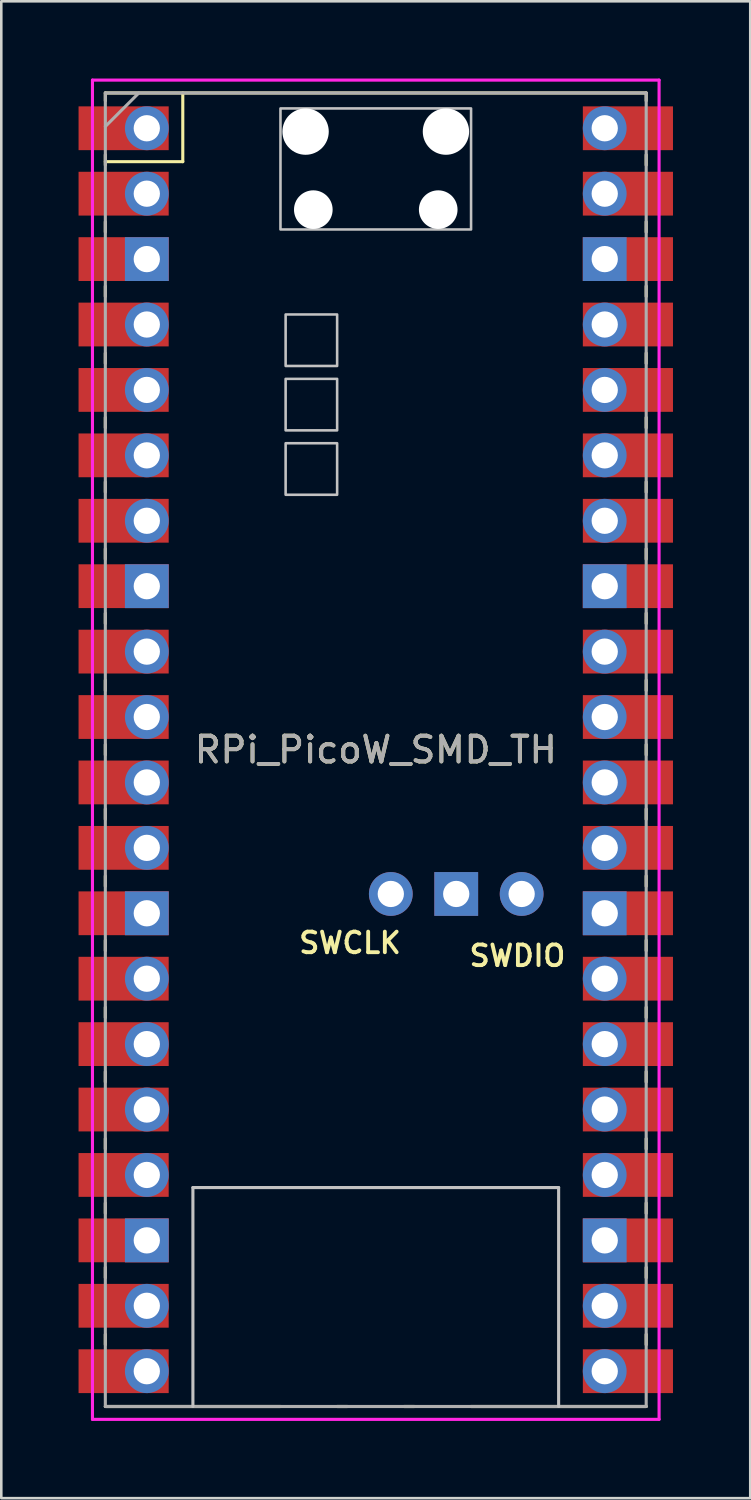
<source format=kicad_pcb>
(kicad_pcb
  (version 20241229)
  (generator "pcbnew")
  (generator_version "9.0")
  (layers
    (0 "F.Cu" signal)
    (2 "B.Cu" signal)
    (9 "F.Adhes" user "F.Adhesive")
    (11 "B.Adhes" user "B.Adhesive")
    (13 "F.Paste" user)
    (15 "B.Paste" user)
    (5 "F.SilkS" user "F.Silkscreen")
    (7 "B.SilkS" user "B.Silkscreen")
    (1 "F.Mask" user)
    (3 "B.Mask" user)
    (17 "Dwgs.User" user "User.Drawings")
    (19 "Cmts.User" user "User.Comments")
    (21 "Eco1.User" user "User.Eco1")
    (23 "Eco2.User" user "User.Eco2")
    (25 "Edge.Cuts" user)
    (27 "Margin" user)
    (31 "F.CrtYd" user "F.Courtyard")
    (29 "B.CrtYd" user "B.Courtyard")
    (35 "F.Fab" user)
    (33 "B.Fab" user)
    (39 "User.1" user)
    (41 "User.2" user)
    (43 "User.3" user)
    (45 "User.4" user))
  (footprint "RPi_PicoW_SMD_TH"
    (layer "F.Cu")
    (at 11.54 26.06)
    (property "Reference" "RPi_PicoW_SMD_TH" (at 0 0 0) (layer "F.SilkS") (effects (font (size 1 1) (thickness 0.15))))
    (attr through_hole)
    (fp_line (start -10.5 -25.5) (end -10.5 -25.2) (stroke (width 0.12) (type solid)) (layer "F.SilkS"))
    (fp_line (start -10.5 -25.5) (end 10.5 -25.5) (stroke (width 0.12) (type solid)) (layer "F.SilkS"))
    (fp_line (start -10.5 -23.1) (end -10.5 -22.7) (stroke (width 0.12) (type solid)) (layer "F.SilkS"))
    (fp_line (start -10.5 -22.833) (end -7.493 -22.833) (stroke (width 0.12) (type solid)) (layer "F.SilkS"))
    (fp_line (start -10.5 -20.5) (end -10.5 -20.1) (stroke (width 0.12) (type solid)) (layer "F.SilkS"))
    (fp_line (start -10.5 -18) (end -10.5 -17.6) (stroke (width 0.12) (type solid)) (layer "F.SilkS"))
    (fp_line (start -10.5 -15.4) (end -10.5 -15) (stroke (width 0.12) (type solid)) (layer "F.SilkS"))
    (fp_line (start -10.5 -12.9) (end -10.5 -12.5) (stroke (width 0.12) (type solid)) (layer "F.SilkS"))
    (fp_line (start -10.5 -10.4) (end -10.5 -10) (stroke (width 0.12) (type solid)) (layer "F.SilkS"))
    (fp_line (start -10.5 -7.8) (end -10.5 -7.4) (stroke (width 0.12) (type solid)) (layer "F.SilkS"))
    (fp_line (start -10.5 -5.3) (end -10.5 -4.9) (stroke (width 0.12) (type solid)) (layer "F.SilkS"))
    (fp_line (start -10.5 -2.7) (end -10.5 -2.3) (stroke (width 0.12) (type solid)) (layer "F.SilkS"))
    (fp_line (start -10.5 -0.2) (end -10.5 0.2) (stroke (width 0.12) (type solid)) (layer "F.SilkS"))
    (fp_line (start -10.5 2.3) (end -10.5 2.7) (stroke (width 0.12) (type solid)) (layer "F.SilkS"))
    (fp_line (start -10.5 4.9) (end -10.5 5.3) (stroke (width 0.12) (type solid)) (layer "F.SilkS"))
    (fp_line (start -10.5 7.4) (end -10.5 7.8) (stroke (width 0.12) (type solid)) (layer "F.SilkS"))
    (fp_line (start -10.5 10) (end -10.5 10.4) (stroke (width 0.12) (type solid)) (layer "F.SilkS"))
    (fp_line (start -10.5 12.5) (end -10.5 12.9) (stroke (width 0.12) (type solid)) (layer "F.SilkS"))
    (fp_line (start -10.5 15.1) (end -10.5 15.5) (stroke (width 0.12) (type solid)) (layer "F.SilkS"))
    (fp_line (start -10.5 17.6) (end -10.5 18) (stroke (width 0.12) (type solid)) (layer "F.SilkS"))
    (fp_line (start -10.5 20.1) (end -10.5 20.5) (stroke (width 0.12) (type solid)) (layer "F.SilkS"))
    (fp_line (start -10.5 22.7) (end -10.5 23.1) (stroke (width 0.12) (type solid)) (layer "F.SilkS"))
    (fp_line (start -7.493 -22.833) (end -7.493 -25.5) (stroke (width 0.12) (type solid)) (layer "F.SilkS"))
    (fp_line (start -3.7 25.5) (end -10.5 25.5) (stroke (width 0.12) (type solid)) (layer "F.SilkS"))
    (fp_line (start -1.5 25.5) (end -1.1 25.5) (stroke (width 0.12) (type solid)) (layer "F.SilkS"))
    (fp_line (start 1.1 25.5) (end 1.5 25.5) (stroke (width 0.12) (type solid)) (layer "F.SilkS"))
    (fp_line (start 10.5 -25.5) (end 10.5 -25.2) (stroke (width 0.12) (type solid)) (layer "F.SilkS"))
    (fp_line (start 10.5 -23.1) (end 10.5 -22.7) (stroke (width 0.12) (type solid)) (layer "F.SilkS"))
    (fp_line (start 10.5 -20.5) (end 10.5 -20.1) (stroke (width 0.12) (type solid)) (layer "F.SilkS"))
    (fp_line (start 10.5 -18) (end 10.5 -17.6) (stroke (width 0.12) (type solid)) (layer "F.SilkS"))
    (fp_line (start 10.5 -15.4) (end 10.5 -15) (stroke (width 0.12) (type solid)) (layer "F.SilkS"))
    (fp_line (start 10.5 -12.9) (end 10.5 -12.5) (stroke (width 0.12) (type solid)) (layer "F.SilkS"))
    (fp_line (start 10.5 -10.4) (end 10.5 -10) (stroke (width 0.12) (type solid)) (layer "F.SilkS"))
    (fp_line (start 10.5 -7.8) (end 10.5 -7.4) (stroke (width 0.12) (type solid)) (layer "F.SilkS"))
    (fp_line (start 10.5 -5.3) (end 10.5 -4.9) (stroke (width 0.12) (type solid)) (layer "F.SilkS"))
    (fp_line (start 10.5 -2.7) (end 10.5 -2.3) (stroke (width 0.12) (type solid)) (layer "F.SilkS"))
    (fp_line (start 10.5 -0.2) (end 10.5 0.2) (stroke (width 0.12) (type solid)) (layer "F.SilkS"))
    (fp_line (start 10.5 2.3) (end 10.5 2.7) (stroke (width 0.12) (type solid)) (layer "F.SilkS"))
    (fp_line (start 10.5 4.9) (end 10.5 5.3) (stroke (width 0.12) (type solid)) (layer "F.SilkS"))
    (fp_line (start 10.5 7.4) (end 10.5 7.8) (stroke (width 0.12) (type solid)) (layer "F.SilkS"))
    (fp_line (start 10.5 10) (end 10.5 10.4) (stroke (width 0.12) (type solid)) (layer "F.SilkS"))
    (fp_line (start 10.5 12.5) (end 10.5 12.9) (stroke (width 0.12) (type solid)) (layer "F.SilkS"))
    (fp_line (start 10.5 15.1) (end 10.5 15.5) (stroke (width 0.12) (type solid)) (layer "F.SilkS"))
    (fp_line (start 10.5 17.6) (end 10.5 18) (stroke (width 0.12) (type solid)) (layer "F.SilkS"))
    (fp_line (start 10.5 20.1) (end 10.5 20.5) (stroke (width 0.12) (type solid)) (layer "F.SilkS"))
    (fp_line (start 10.5 22.7) (end 10.5 23.1) (stroke (width 0.12) (type solid)) (layer "F.SilkS"))
    (fp_line (start 10.5 25.5) (end 3.7 25.5) (stroke (width 0.12) (type solid)) (layer "F.SilkS"))
    (fp_line (start -7.1 17) (end 7.1 17) (stroke (width 0.12) (type solid)) (layer "Dwgs.User"))
    (fp_line (start -7.1 25.5) (end -7.1 17) (stroke (width 0.12) (type solid)) (layer "Dwgs.User"))
    (fp_line (start 7.1 17) (end 7.1 25.5) (stroke (width 0.12) (type solid)) (layer "Dwgs.User"))
    (fp_poly (pts (xy -1.5 -14.9) (xy -3.5 -14.9) (xy -3.5 -16.9) (xy -1.5 -16.9)) (stroke (width 0.1) (type solid)) (fill no) (layer "Dwgs.User"))
    (fp_poly (pts (xy -1.5 -12.4) (xy -3.5 -12.4) (xy -3.5 -14.4) (xy -1.5 -14.4)) (stroke (width 0.1) (type solid)) (fill no) (layer "Dwgs.User"))
    (fp_poly (pts (xy -1.5 -9.9) (xy -3.5 -9.9) (xy -3.5 -11.9) (xy -1.5 -11.9)) (stroke (width 0.1) (type solid)) (fill no) (layer "Dwgs.User"))
    (fp_poly (pts (xy 3.7 -20.2) (xy -3.7 -20.2) (xy -3.7 -24.9) (xy 3.7 -24.9)) (stroke (width 0.1) (type solid)) (fill no) (layer "Dwgs.User"))
    (fp_line (start -11 -26) (end 11 -26) (stroke (width 0.12) (type solid)) (layer "F.CrtYd"))
    (fp_line (start -11 26) (end -11 -26) (stroke (width 0.12) (type solid)) (layer "F.CrtYd"))
    (fp_line (start 11 -26) (end 11 26) (stroke (width 0.12) (type solid)) (layer "F.CrtYd"))
    (fp_line (start 11 26) (end -11 26) (stroke (width 0.12) (type solid)) (layer "F.CrtYd"))
    (fp_line (start -10.5 -25.5) (end 10.5 -25.5) (stroke (width 0.12) (type solid)) (layer "F.Fab"))
    (fp_line (start -10.5 -24.2) (end -9.2 -25.5) (stroke (width 0.12) (type solid)) (layer "F.Fab"))
    (fp_line (start -10.5 25.5) (end -10.5 -25.5) (stroke (width 0.12) (type solid)) (layer "F.Fab"))
    (fp_line (start 10.5 -25.5) (end 10.5 25.5) (stroke (width 0.12) (type solid)) (layer "F.Fab"))
    (fp_line (start 10.5 25.5) (end -10.5 25.5) (stroke (width 0.12) (type solid)) (layer "F.Fab"))
    (fp_text user "SWDIO" (at 5.5 8 0) (layer "F.SilkS") (effects (font (size 0.8 0.8) (thickness 0.15))))
    (fp_text user "SWCLK" (at -1 7.5 0) (layer "F.SilkS") (effects (font (size 0.8 0.8) (thickness 0.15))))
    (fp_text user "${REFERENCE}" (at 0 0 180) (layer "F.Fab") (effects (font (size 1 1) (thickness 0.15))))
    (pad "" np_thru_hole oval (at -2.725 -24) (size 1.8 1.8) (drill 1.8) (layers "*.Cu" "*.Mask"))
    (pad "" np_thru_hole oval (at -2.425 -20.97) (size 1.5 1.5) (drill 1.5) (layers "*.Cu" "*.Mask"))
    (pad "" np_thru_hole oval (at 2.425 -20.97) (size 1.5 1.5) (drill 1.5) (layers "*.Cu" "*.Mask"))
    (pad "" np_thru_hole oval (at 2.725 -24) (size 1.8 1.8) (drill 1.8) (layers "*.Cu" "*.Mask"))
    (pad "1" thru_hole oval (at -8.89 -24.13) (size 1.7 1.7) (drill 1.02) (layers "*.Cu" "*.Mask"))
    (pad "1" smd rect (at -8.89 -24.13) (size 3.5 1.7) (drill (offset -0.9 0)) (layers "F.Cu" "F.Mask"))
    (pad "2" thru_hole oval (at -8.89 -21.59) (size 1.7 1.7) (drill 1.02) (layers "*.Cu" "*.Mask"))
    (pad "2" smd rect (at -8.89 -21.59) (size 3.5 1.7) (drill (offset -0.9 0)) (layers "F.Cu" "F.Mask"))
    (pad "3" thru_hole rect (at -8.89 -19.05) (size 1.7 1.7) (drill 1.02) (layers "*.Cu" "*.Mask"))
    (pad "3" smd rect (at -8.89 -19.05) (size 3.5 1.7) (drill (offset -0.9 0)) (layers "F.Cu" "F.Mask"))
    (pad "4" thru_hole oval (at -8.89 -16.51) (size 1.7 1.7) (drill 1.02) (layers "*.Cu" "*.Mask"))
    (pad "4" smd rect (at -8.89 -16.51) (size 3.5 1.7) (drill (offset -0.9 0)) (layers "F.Cu" "F.Mask"))
    (pad "5" thru_hole oval (at -8.89 -13.97) (size 1.7 1.7) (drill 1.02) (layers "*.Cu" "*.Mask"))
    (pad "5" smd rect (at -8.89 -13.97) (size 3.5 1.7) (drill (offset -0.9 0)) (layers "F.Cu" "F.Mask"))
    (pad "6" thru_hole oval (at -8.89 -11.43) (size 1.7 1.7) (drill 1.02) (layers "*.Cu" "*.Mask"))
    (pad "6" smd rect (at -8.89 -11.43) (size 3.5 1.7) (drill (offset -0.9 0)) (layers "F.Cu" "F.Mask"))
    (pad "7" thru_hole oval (at -8.89 -8.89) (size 1.7 1.7) (drill 1.02) (layers "*.Cu" "*.Mask"))
    (pad "7" smd rect (at -8.89 -8.89) (size 3.5 1.7) (drill (offset -0.9 0)) (layers "F.Cu" "F.Mask"))
    (pad "8" thru_hole rect (at -8.89 -6.35) (size 1.7 1.7) (drill 1.02) (layers "*.Cu" "*.Mask"))
    (pad "8" smd rect (at -8.89 -6.35) (size 3.5 1.7) (drill (offset -0.9 0)) (layers "F.Cu" "F.Mask"))
    (pad "9" thru_hole oval (at -8.89 -3.81) (size 1.7 1.7) (drill 1.02) (layers "*.Cu" "*.Mask"))
    (pad "9" smd rect (at -8.89 -3.81) (size 3.5 1.7) (drill (offset -0.9 0)) (layers "F.Cu" "F.Mask"))
    (pad "10" thru_hole oval (at -8.89 -1.27) (size 1.7 1.7) (drill 1.02) (layers "*.Cu" "*.Mask"))
    (pad "10" smd rect (at -8.89 -1.27) (size 3.5 1.7) (drill (offset -0.9 0)) (layers "F.Cu" "F.Mask"))
    (pad "11" thru_hole oval (at -8.89 1.27) (size 1.7 1.7) (drill 1.02) (layers "*.Cu" "*.Mask"))
    (pad "11" smd rect (at -8.89 1.27) (size 3.5 1.7) (drill (offset -0.9 0)) (layers "F.Cu" "F.Mask"))
    (pad "12" thru_hole oval (at -8.89 3.81) (size 1.7 1.7) (drill 1.02) (layers "*.Cu" "*.Mask"))
    (pad "12" smd rect (at -8.89 3.81) (size 3.5 1.7) (drill (offset -0.9 0)) (layers "F.Cu" "F.Mask"))
    (pad "13" thru_hole rect (at -8.89 6.35) (size 1.7 1.7) (drill 1.02) (layers "*.Cu" "*.Mask"))
    (pad "13" smd rect (at -8.89 6.35) (size 3.5 1.7) (drill (offset -0.9 0)) (layers "F.Cu" "F.Mask"))
    (pad "14" thru_hole oval (at -8.89 8.89) (size 1.7 1.7) (drill 1.02) (layers "*.Cu" "*.Mask"))
    (pad "14" smd rect (at -8.89 8.89) (size 3.5 1.7) (drill (offset -0.9 0)) (layers "F.Cu" "F.Mask"))
    (pad "15" thru_hole oval (at -8.89 11.43) (size 1.7 1.7) (drill 1.02) (layers "*.Cu" "*.Mask"))
    (pad "15" smd rect (at -8.89 11.43) (size 3.5 1.7) (drill (offset -0.9 0)) (layers "F.Cu" "F.Mask"))
    (pad "16" thru_hole oval (at -8.89 13.97) (size 1.7 1.7) (drill 1.02) (layers "*.Cu" "*.Mask"))
    (pad "16" smd rect (at -8.89 13.97) (size 3.5 1.7) (drill (offset -0.9 0)) (layers "F.Cu" "F.Mask"))
    (pad "17" thru_hole oval (at -8.89 16.51) (size 1.7 1.7) (drill 1.02) (layers "*.Cu" "*.Mask"))
    (pad "17" smd rect (at -8.89 16.51) (size 3.5 1.7) (drill (offset -0.9 0)) (layers "F.Cu" "F.Mask"))
    (pad "18" thru_hole rect (at -8.89 19.05) (size 1.7 1.7) (drill 1.02) (layers "*.Cu" "*.Mask"))
    (pad "18" smd rect (at -8.89 19.05) (size 3.5 1.7) (drill (offset -0.9 0)) (layers "F.Cu" "F.Mask"))
    (pad "19" thru_hole oval (at -8.89 21.59) (size 1.7 1.7) (drill 1.02) (layers "*.Cu" "*.Mask"))
    (pad "19" smd rect (at -8.89 21.59) (size 3.5 1.7) (drill (offset -0.9 0)) (layers "F.Cu" "F.Mask"))
    (pad "20" thru_hole oval (at -8.89 24.13) (size 1.7 1.7) (drill 1.02) (layers "*.Cu" "*.Mask"))
    (pad "20" smd rect (at -8.89 24.13) (size 3.5 1.7) (drill (offset -0.9 0)) (layers "F.Cu" "F.Mask"))
    (pad "21" thru_hole oval (at 8.89 24.13) (size 1.7 1.7) (drill 1.02) (layers "*.Cu" "*.Mask"))
    (pad "21" smd rect (at 8.89 24.13) (size 3.5 1.7) (drill (offset 0.9 0)) (layers "F.Cu" "F.Mask"))
    (pad "22" thru_hole oval (at 8.89 21.59) (size 1.7 1.7) (drill 1.02) (layers "*.Cu" "*.Mask"))
    (pad "22" smd rect (at 8.89 21.59) (size 3.5 1.7) (drill (offset 0.9 0)) (layers "F.Cu" "F.Mask"))
    (pad "23" thru_hole rect (at 8.89 19.05) (size 1.7 1.7) (drill 1.02) (layers "*.Cu" "*.Mask"))
    (pad "23" smd rect (at 8.89 19.05) (size 3.5 1.7) (drill (offset 0.9 0)) (layers "F.Cu" "F.Mask"))
    (pad "24" thru_hole oval (at 8.89 16.51) (size 1.7 1.7) (drill 1.02) (layers "*.Cu" "*.Mask"))
    (pad "24" smd rect (at 8.89 16.51) (size 3.5 1.7) (drill (offset 0.9 0)) (layers "F.Cu" "F.Mask"))
    (pad "25" thru_hole oval (at 8.89 13.97) (size 1.7 1.7) (drill 1.02) (layers "*.Cu" "*.Mask"))
    (pad "25" smd rect (at 8.89 13.97) (size 3.5 1.7) (drill (offset 0.9 0)) (layers "F.Cu" "F.Mask"))
    (pad "26" thru_hole oval (at 8.89 11.43) (size 1.7 1.7) (drill 1.02) (layers "*.Cu" "*.Mask"))
    (pad "26" smd rect (at 8.89 11.43) (size 3.5 1.7) (drill (offset 0.9 0)) (layers "F.Cu" "F.Mask"))
    (pad "27" thru_hole oval (at 8.89 8.89) (size 1.7 1.7) (drill 1.02) (layers "*.Cu" "*.Mask"))
    (pad "27" smd rect (at 8.89 8.89) (size 3.5 1.7) (drill (offset 0.9 0)) (layers "F.Cu" "F.Mask"))
    (pad "28" thru_hole rect (at 8.89 6.35) (size 1.7 1.7) (drill 1.02) (layers "*.Cu" "*.Mask"))
    (pad "28" smd rect (at 8.89 6.35) (size 3.5 1.7) (drill (offset 0.9 0)) (layers "F.Cu" "F.Mask"))
    (pad "29" thru_hole oval (at 8.89 3.81) (size 1.7 1.7) (drill 1.02) (layers "*.Cu" "*.Mask"))
    (pad "29" smd rect (at 8.89 3.81) (size 3.5 1.7) (drill (offset 0.9 0)) (layers "F.Cu" "F.Mask"))
    (pad "30" thru_hole oval (at 8.89 1.27) (size 1.7 1.7) (drill 1.02) (layers "*.Cu" "*.Mask"))
    (pad "30" smd rect (at 8.89 1.27) (size 3.5 1.7) (drill (offset 0.9 0)) (layers "F.Cu" "F.Mask"))
    (pad "31" thru_hole oval (at 8.89 -1.27) (size 1.7 1.7) (drill 1.02) (layers "*.Cu" "*.Mask"))
    (pad "31" smd rect (at 8.89 -1.27) (size 3.5 1.7) (drill (offset 0.9 0)) (layers "F.Cu" "F.Mask"))
    (pad "32" thru_hole oval (at 8.89 -3.81) (size 1.7 1.7) (drill 1.02) (layers "*.Cu" "*.Mask"))
    (pad "32" smd rect (at 8.89 -3.81) (size 3.5 1.7) (drill (offset 0.9 0)) (layers "F.Cu" "F.Mask"))
    (pad "33" thru_hole rect (at 8.89 -6.35) (size 1.7 1.7) (drill 1.02) (layers "*.Cu" "*.Mask"))
    (pad "33" smd rect (at 8.89 -6.35) (size 3.5 1.7) (drill (offset 0.9 0)) (layers "F.Cu" "F.Mask"))
    (pad "34" thru_hole oval (at 8.89 -8.89) (size 1.7 1.7) (drill 1.02) (layers "*.Cu" "*.Mask"))
    (pad "34" smd rect (at 8.89 -8.89) (size 3.5 1.7) (drill (offset 0.9 0)) (layers "F.Cu" "F.Mask"))
    (pad "35" thru_hole oval (at 8.89 -11.43) (size 1.7 1.7) (drill 1.02) (layers "*.Cu" "*.Mask"))
    (pad "35" smd rect (at 8.89 -11.43) (size 3.5 1.7) (drill (offset 0.9 0)) (layers "F.Cu" "F.Mask"))
    (pad "36" thru_hole oval (at 8.89 -13.97) (size 1.7 1.7) (drill 1.02) (layers "*.Cu" "*.Mask"))
    (pad "36" smd rect (at 8.89 -13.97) (size 3.5 1.7) (drill (offset 0.9 0)) (layers "F.Cu" "F.Mask"))
    (pad "37" thru_hole oval (at 8.89 -16.51) (size 1.7 1.7) (drill 1.02) (layers "*.Cu" "*.Mask"))
    (pad "37" smd rect (at 8.89 -16.51) (size 3.5 1.7) (drill (offset 0.9 0)) (layers "F.Cu" "F.Mask"))
    (pad "38" thru_hole rect (at 8.89 -19.05) (size 1.7 1.7) (drill 1.02) (layers "*.Cu" "*.Mask"))
    (pad "38" smd rect (at 8.89 -19.05) (size 3.5 1.7) (drill (offset 0.9 0)) (layers "F.Cu" "F.Mask"))
    (pad "39" thru_hole oval (at 8.89 -21.59) (size 1.7 1.7) (drill 1.02) (layers "*.Cu" "*.Mask"))
    (pad "39" smd rect (at 8.89 -21.59) (size 3.5 1.7) (drill (offset 0.9 0)) (layers "F.Cu" "F.Mask"))
    (pad "40" thru_hole oval (at 8.89 -24.13) (size 1.7 1.7) (drill 1.02) (layers "*.Cu" "*.Mask"))
    (pad "40" smd rect (at 8.89 -24.13) (size 3.5 1.7) (drill (offset 0.9 0)) (layers "F.Cu" "F.Mask"))
    (pad "41" thru_hole oval (at 0.584 5.6) (size 1.7 1.7) (drill 1.02) (layers "*.Cu" "*.Mask"))
    (pad "42" thru_hole rect (at 3.124 5.6) (size 1.7 1.7) (drill 1.02) (layers "*.Cu" "*.Mask"))
    (pad "43" thru_hole oval (at 5.664 5.6) (size 1.7 1.7) (drill 1.02) (layers "*.Cu" "*.Mask")))
  (gr_rect
    (start -3 -3)
    (end 26.08 55.12)
    (stroke (width 0.1) (type default))
    (fill no)
    (layer "Edge.Cuts")))
</source>
